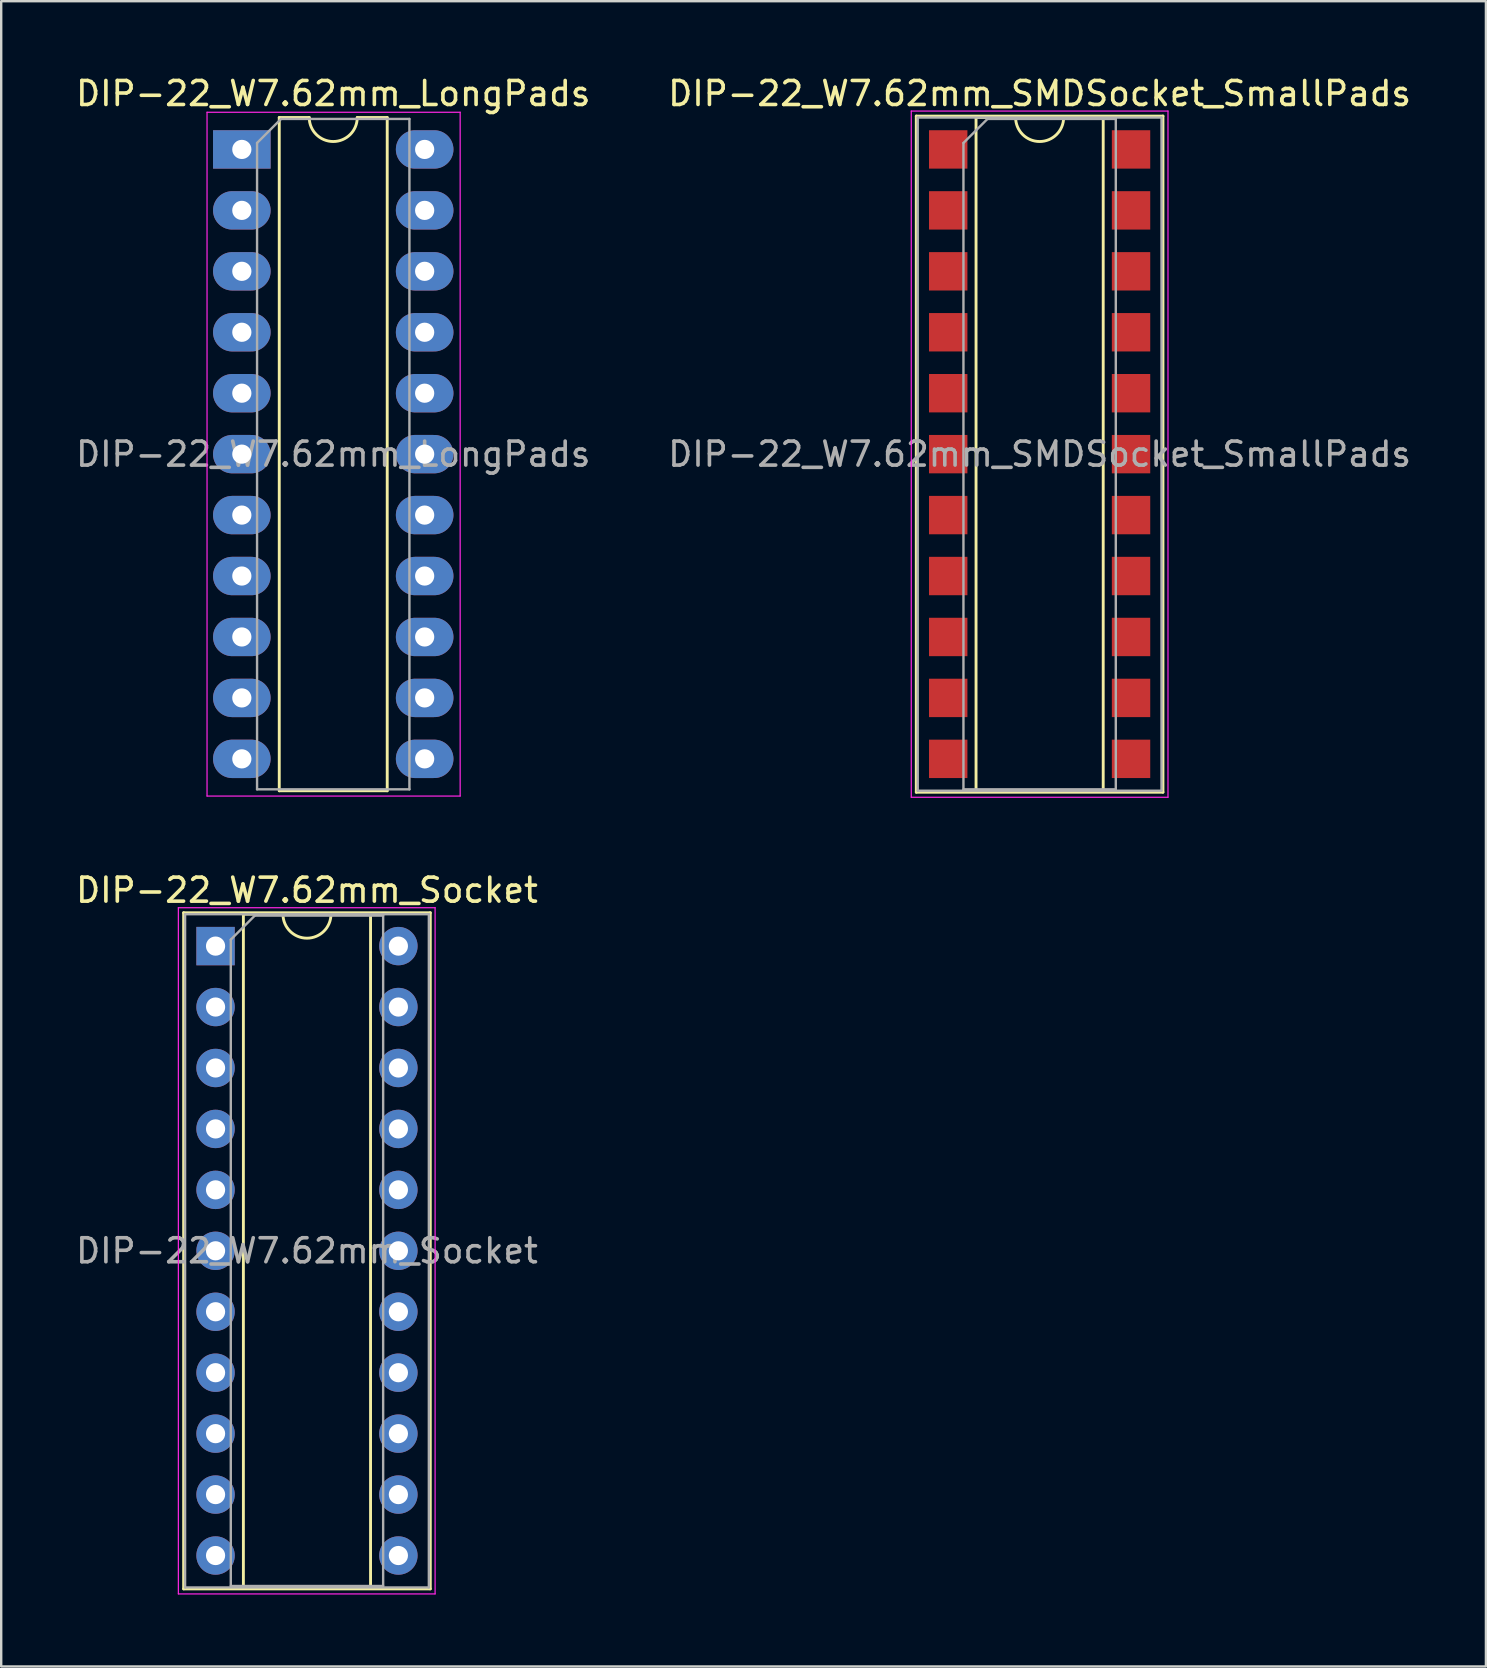
<source format=kicad_pcb>
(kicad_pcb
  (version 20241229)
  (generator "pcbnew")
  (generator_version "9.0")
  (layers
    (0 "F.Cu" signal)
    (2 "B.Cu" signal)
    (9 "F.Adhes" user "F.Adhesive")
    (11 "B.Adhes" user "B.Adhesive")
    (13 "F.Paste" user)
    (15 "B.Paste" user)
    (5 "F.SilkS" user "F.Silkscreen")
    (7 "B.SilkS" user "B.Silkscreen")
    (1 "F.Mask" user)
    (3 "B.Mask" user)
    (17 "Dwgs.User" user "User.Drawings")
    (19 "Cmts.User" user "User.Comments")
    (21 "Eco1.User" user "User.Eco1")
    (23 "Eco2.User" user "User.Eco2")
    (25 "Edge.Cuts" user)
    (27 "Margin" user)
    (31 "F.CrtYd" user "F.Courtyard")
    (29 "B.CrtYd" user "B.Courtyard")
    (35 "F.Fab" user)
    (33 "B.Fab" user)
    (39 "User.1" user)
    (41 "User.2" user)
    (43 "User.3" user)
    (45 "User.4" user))
  (footprint "DIP-22_W7.62mm_Socket"
    (layer "F.Cu")
    (at 5.934 36.382)
    (property "Reference" "DIP-22_W7.62mm_Socket" (at 3.81 -2.33 0) (layer "F.SilkS") (effects (font (size 1 1) (thickness 0.15))))
    (attr through_hole)
    (fp_line (start -1.33 -1.39) (end -1.33 26.79) (stroke (width 0.12) (type solid)) (layer "F.SilkS"))
    (fp_line (start -1.33 26.79) (end 8.95 26.79) (stroke (width 0.12) (type solid)) (layer "F.SilkS"))
    (fp_line (start 1.16 -1.33) (end 1.16 26.73) (stroke (width 0.12) (type solid)) (layer "F.SilkS"))
    (fp_line (start 1.16 26.73) (end 6.46 26.73) (stroke (width 0.12) (type solid)) (layer "F.SilkS"))
    (fp_line (start 2.81 -1.33) (end 1.16 -1.33) (stroke (width 0.12) (type solid)) (layer "F.SilkS"))
    (fp_line (start 6.46 -1.33) (end 4.81 -1.33) (stroke (width 0.12) (type solid)) (layer "F.SilkS"))
    (fp_line (start 6.46 26.73) (end 6.46 -1.33) (stroke (width 0.12) (type solid)) (layer "F.SilkS"))
    (fp_line (start 8.95 -1.39) (end -1.33 -1.39) (stroke (width 0.12) (type solid)) (layer "F.SilkS"))
    (fp_line (start 8.95 26.79) (end 8.95 -1.39) (stroke (width 0.12) (type solid)) (layer "F.SilkS"))
    (fp_arc (start 4.81 -1.33) (mid 3.81 -0.33) (end 2.81 -1.33) (stroke (width 0.12) (type solid)) (layer "F.SilkS"))
    (fp_line (start -1.55 -1.6) (end -1.55 27) (stroke (width 0.05) (type solid)) (layer "F.CrtYd"))
    (fp_line (start -1.55 27) (end 9.15 27) (stroke (width 0.05) (type solid)) (layer "F.CrtYd"))
    (fp_line (start 9.15 -1.6) (end -1.55 -1.6) (stroke (width 0.05) (type solid)) (layer "F.CrtYd"))
    (fp_line (start 9.15 27) (end 9.15 -1.6) (stroke (width 0.05) (type solid)) (layer "F.CrtYd"))
    (fp_line (start -1.27 -1.33) (end -1.27 26.73) (stroke (width 0.1) (type solid)) (layer "F.Fab"))
    (fp_line (start -1.27 26.73) (end 8.89 26.73) (stroke (width 0.1) (type solid)) (layer "F.Fab"))
    (fp_line (start 0.635 -0.27) (end 1.635 -1.27) (stroke (width 0.1) (type solid)) (layer "F.Fab"))
    (fp_line (start 0.635 26.67) (end 0.635 -0.27) (stroke (width 0.1) (type solid)) (layer "F.Fab"))
    (fp_line (start 1.635 -1.27) (end 6.985 -1.27) (stroke (width 0.1) (type solid)) (layer "F.Fab"))
    (fp_line (start 6.985 -1.27) (end 6.985 26.67) (stroke (width 0.1) (type solid)) (layer "F.Fab"))
    (fp_line (start 6.985 26.67) (end 0.635 26.67) (stroke (width 0.1) (type solid)) (layer "F.Fab"))
    (fp_line (start 8.89 -1.33) (end -1.27 -1.33) (stroke (width 0.1) (type solid)) (layer "F.Fab"))
    (fp_line (start 8.89 26.73) (end 8.89 -1.33) (stroke (width 0.1) (type solid)) (layer "F.Fab"))
    (fp_text user "${REFERENCE}" (at 3.81 12.7 0) (layer "F.Fab") (effects (font (size 1 1) (thickness 0.15))))
    (pad "1" thru_hole rect (at 0 0) (size 1.6 1.6) (drill 0.8) (layers "*.Cu" "*.Mask"))
    (pad "2" thru_hole oval (at 0 2.54) (size 1.6 1.6) (drill 0.8) (layers "*.Cu" "*.Mask"))
    (pad "3" thru_hole oval (at 0 5.08) (size 1.6 1.6) (drill 0.8) (layers "*.Cu" "*.Mask"))
    (pad "4" thru_hole oval (at 0 7.62) (size 1.6 1.6) (drill 0.8) (layers "*.Cu" "*.Mask"))
    (pad "5" thru_hole oval (at 0 10.16) (size 1.6 1.6) (drill 0.8) (layers "*.Cu" "*.Mask"))
    (pad "6" thru_hole oval (at 0 12.7) (size 1.6 1.6) (drill 0.8) (layers "*.Cu" "*.Mask"))
    (pad "7" thru_hole oval (at 0 15.24) (size 1.6 1.6) (drill 0.8) (layers "*.Cu" "*.Mask"))
    (pad "8" thru_hole oval (at 0 17.78) (size 1.6 1.6) (drill 0.8) (layers "*.Cu" "*.Mask"))
    (pad "9" thru_hole oval (at 0 20.32) (size 1.6 1.6) (drill 0.8) (layers "*.Cu" "*.Mask"))
    (pad "10" thru_hole oval (at 0 22.86) (size 1.6 1.6) (drill 0.8) (layers "*.Cu" "*.Mask"))
    (pad "11" thru_hole oval (at 0 25.4) (size 1.6 1.6) (drill 0.8) (layers "*.Cu" "*.Mask"))
    (pad "12" thru_hole oval (at 7.62 25.4) (size 1.6 1.6) (drill 0.8) (layers "*.Cu" "*.Mask"))
    (pad "13" thru_hole oval (at 7.62 22.86) (size 1.6 1.6) (drill 0.8) (layers "*.Cu" "*.Mask"))
    (pad "14" thru_hole oval (at 7.62 20.32) (size 1.6 1.6) (drill 0.8) (layers "*.Cu" "*.Mask"))
    (pad "15" thru_hole oval (at 7.62 17.78) (size 1.6 1.6) (drill 0.8) (layers "*.Cu" "*.Mask"))
    (pad "16" thru_hole oval (at 7.62 15.24) (size 1.6 1.6) (drill 0.8) (layers "*.Cu" "*.Mask"))
    (pad "17" thru_hole oval (at 7.62 12.7) (size 1.6 1.6) (drill 0.8) (layers "*.Cu" "*.Mask"))
    (pad "18" thru_hole oval (at 7.62 10.16) (size 1.6 1.6) (drill 0.8) (layers "*.Cu" "*.Mask"))
    (pad "19" thru_hole oval (at 7.62 7.62) (size 1.6 1.6) (drill 0.8) (layers "*.Cu" "*.Mask"))
    (pad "20" thru_hole oval (at 7.62 5.08) (size 1.6 1.6) (drill 0.8) (layers "*.Cu" "*.Mask"))
    (pad "21" thru_hole oval (at 7.62 2.54) (size 1.6 1.6) (drill 0.8) (layers "*.Cu" "*.Mask"))
    (pad "22" thru_hole oval (at 7.62 0) (size 1.6 1.6) (drill 0.8) (layers "*.Cu" "*.Mask")))
  (footprint "DIP-22_W7.62mm_LongPads"
    (layer "F.Cu")
    (at 7.029 3.178)
    (property "Reference" "DIP-22_W7.62mm_LongPads" (at 3.81 -2.33 0) (layer "F.SilkS") (effects (font (size 1 1) (thickness 0.15))))
    (attr through_hole)
    (fp_line (start 1.56 -1.33) (end 1.56 26.73) (stroke (width 0.12) (type solid)) (layer "F.SilkS"))
    (fp_line (start 1.56 26.73) (end 6.06 26.73) (stroke (width 0.12) (type solid)) (layer "F.SilkS"))
    (fp_line (start 2.81 -1.33) (end 1.56 -1.33) (stroke (width 0.12) (type solid)) (layer "F.SilkS"))
    (fp_line (start 6.06 -1.33) (end 4.81 -1.33) (stroke (width 0.12) (type solid)) (layer "F.SilkS"))
    (fp_line (start 6.06 26.73) (end 6.06 -1.33) (stroke (width 0.12) (type solid)) (layer "F.SilkS"))
    (fp_arc (start 4.81 -1.33) (mid 3.81 -0.33) (end 2.81 -1.33) (stroke (width 0.12) (type solid)) (layer "F.SilkS"))
    (fp_line (start -1.45 -1.55) (end -1.45 26.95) (stroke (width 0.05) (type solid)) (layer "F.CrtYd"))
    (fp_line (start -1.45 26.95) (end 9.1 26.95) (stroke (width 0.05) (type solid)) (layer "F.CrtYd"))
    (fp_line (start 9.1 -1.55) (end -1.45 -1.55) (stroke (width 0.05) (type solid)) (layer "F.CrtYd"))
    (fp_line (start 9.1 26.95) (end 9.1 -1.55) (stroke (width 0.05) (type solid)) (layer "F.CrtYd"))
    (fp_line (start 0.635 -0.27) (end 1.635 -1.27) (stroke (width 0.1) (type solid)) (layer "F.Fab"))
    (fp_line (start 0.635 26.67) (end 0.635 -0.27) (stroke (width 0.1) (type solid)) (layer "F.Fab"))
    (fp_line (start 1.635 -1.27) (end 6.985 -1.27) (stroke (width 0.1) (type solid)) (layer "F.Fab"))
    (fp_line (start 6.985 -1.27) (end 6.985 26.67) (stroke (width 0.1) (type solid)) (layer "F.Fab"))
    (fp_line (start 6.985 26.67) (end 0.635 26.67) (stroke (width 0.1) (type solid)) (layer "F.Fab"))
    (fp_text user "${REFERENCE}" (at 3.81 12.7 0) (layer "F.Fab") (effects (font (size 1 1) (thickness 0.15))))
    (pad "1" thru_hole rect (at 0 0) (size 2.4 1.6) (drill 0.8) (layers "*.Cu" "*.Mask"))
    (pad "2" thru_hole oval (at 0 2.54) (size 2.4 1.6) (drill 0.8) (layers "*.Cu" "*.Mask"))
    (pad "3" thru_hole oval (at 0 5.08) (size 2.4 1.6) (drill 0.8) (layers "*.Cu" "*.Mask"))
    (pad "4" thru_hole oval (at 0 7.62) (size 2.4 1.6) (drill 0.8) (layers "*.Cu" "*.Mask"))
    (pad "5" thru_hole oval (at 0 10.16) (size 2.4 1.6) (drill 0.8) (layers "*.Cu" "*.Mask"))
    (pad "6" thru_hole oval (at 0 12.7) (size 2.4 1.6) (drill 0.8) (layers "*.Cu" "*.Mask"))
    (pad "7" thru_hole oval (at 0 15.24) (size 2.4 1.6) (drill 0.8) (layers "*.Cu" "*.Mask"))
    (pad "8" thru_hole oval (at 0 17.78) (size 2.4 1.6) (drill 0.8) (layers "*.Cu" "*.Mask"))
    (pad "9" thru_hole oval (at 0 20.32) (size 2.4 1.6) (drill 0.8) (layers "*.Cu" "*.Mask"))
    (pad "10" thru_hole oval (at 0 22.86) (size 2.4 1.6) (drill 0.8) (layers "*.Cu" "*.Mask"))
    (pad "11" thru_hole oval (at 0 25.4) (size 2.4 1.6) (drill 0.8) (layers "*.Cu" "*.Mask"))
    (pad "12" thru_hole oval (at 7.62 25.4) (size 2.4 1.6) (drill 0.8) (layers "*.Cu" "*.Mask"))
    (pad "13" thru_hole oval (at 7.62 22.86) (size 2.4 1.6) (drill 0.8) (layers "*.Cu" "*.Mask"))
    (pad "14" thru_hole oval (at 7.62 20.32) (size 2.4 1.6) (drill 0.8) (layers "*.Cu" "*.Mask"))
    (pad "15" thru_hole oval (at 7.62 17.78) (size 2.4 1.6) (drill 0.8) (layers "*.Cu" "*.Mask"))
    (pad "16" thru_hole oval (at 7.62 15.24) (size 2.4 1.6) (drill 0.8) (layers "*.Cu" "*.Mask"))
    (pad "17" thru_hole oval (at 7.62 12.7) (size 2.4 1.6) (drill 0.8) (layers "*.Cu" "*.Mask"))
    (pad "18" thru_hole oval (at 7.62 10.16) (size 2.4 1.6) (drill 0.8) (layers "*.Cu" "*.Mask"))
    (pad "19" thru_hole oval (at 7.62 7.62) (size 2.4 1.6) (drill 0.8) (layers "*.Cu" "*.Mask"))
    (pad "20" thru_hole oval (at 7.62 5.08) (size 2.4 1.6) (drill 0.8) (layers "*.Cu" "*.Mask"))
    (pad "21" thru_hole oval (at 7.62 2.54) (size 2.4 1.6) (drill 0.8) (layers "*.Cu" "*.Mask"))
    (pad "22" thru_hole oval (at 7.62 0) (size 2.4 1.6) (drill 0.8) (layers "*.Cu" "*.Mask")))
  (footprint "DIP-22_W7.62mm_SMDSocket_SmallPads"
    (layer "F.Cu")
    (at 40.28 15.878)
    (property "Reference" "DIP-22_W7.62mm_SMDSocket_SmallPads" (at 0 -15.03 0) (layer "F.SilkS") (effects (font (size 1 1) (thickness 0.15))))
    (attr smd)
    (fp_line (start -5.14 -14.09) (end -5.14 14.09) (stroke (width 0.12) (type solid)) (layer "F.SilkS"))
    (fp_line (start -5.14 14.09) (end 5.14 14.09) (stroke (width 0.12) (type solid)) (layer "F.SilkS"))
    (fp_line (start -2.65 -14.03) (end -2.65 14.03) (stroke (width 0.12) (type solid)) (layer "F.SilkS"))
    (fp_line (start -2.65 14.03) (end 2.65 14.03) (stroke (width 0.12) (type solid)) (layer "F.SilkS"))
    (fp_line (start -1 -14.03) (end -2.65 -14.03) (stroke (width 0.12) (type solid)) (layer "F.SilkS"))
    (fp_line (start 2.65 -14.03) (end 1 -14.03) (stroke (width 0.12) (type solid)) (layer "F.SilkS"))
    (fp_line (start 2.65 14.03) (end 2.65 -14.03) (stroke (width 0.12) (type solid)) (layer "F.SilkS"))
    (fp_line (start 5.14 -14.09) (end -5.14 -14.09) (stroke (width 0.12) (type solid)) (layer "F.SilkS"))
    (fp_line (start 5.14 14.09) (end 5.14 -14.09) (stroke (width 0.12) (type solid)) (layer "F.SilkS"))
    (fp_arc (start 1 -14.03) (mid 0 -13.03) (end -1 -14.03) (stroke (width 0.12) (type solid)) (layer "F.SilkS"))
    (fp_line (start -5.35 -14.3) (end -5.35 14.3) (stroke (width 0.05) (type solid)) (layer "F.CrtYd"))
    (fp_line (start -5.35 14.3) (end 5.35 14.3) (stroke (width 0.05) (type solid)) (layer "F.CrtYd"))
    (fp_line (start 5.35 -14.3) (end -5.35 -14.3) (stroke (width 0.05) (type solid)) (layer "F.CrtYd"))
    (fp_line (start 5.35 14.3) (end 5.35 -14.3) (stroke (width 0.05) (type solid)) (layer "F.CrtYd"))
    (fp_line (start -5.08 -14.03) (end -5.08 14.03) (stroke (width 0.1) (type solid)) (layer "F.Fab"))
    (fp_line (start -5.08 14.03) (end 5.08 14.03) (stroke (width 0.1) (type solid)) (layer "F.Fab"))
    (fp_line (start -3.175 -12.97) (end -2.175 -13.97) (stroke (width 0.1) (type solid)) (layer "F.Fab"))
    (fp_line (start -3.175 13.97) (end -3.175 -12.97) (stroke (width 0.1) (type solid)) (layer "F.Fab"))
    (fp_line (start -2.175 -13.97) (end 3.175 -13.97) (stroke (width 0.1) (type solid)) (layer "F.Fab"))
    (fp_line (start 3.175 -13.97) (end 3.175 13.97) (stroke (width 0.1) (type solid)) (layer "F.Fab"))
    (fp_line (start 3.175 13.97) (end -3.175 13.97) (stroke (width 0.1) (type solid)) (layer "F.Fab"))
    (fp_line (start 5.08 -14.03) (end -5.08 -14.03) (stroke (width 0.1) (type solid)) (layer "F.Fab"))
    (fp_line (start 5.08 14.03) (end 5.08 -14.03) (stroke (width 0.1) (type solid)) (layer "F.Fab"))
    (fp_text user "${REFERENCE}" (at 0 0 0) (layer "F.Fab") (effects (font (size 1 1) (thickness 0.15))))
    (pad "1" smd rect (at -3.81 -12.7) (size 1.6 1.6) (layers "F.Cu" "F.Mask" "F.Paste"))
    (pad "2" smd rect (at -3.81 -10.16) (size 1.6 1.6) (layers "F.Cu" "F.Mask" "F.Paste"))
    (pad "3" smd rect (at -3.81 -7.62) (size 1.6 1.6) (layers "F.Cu" "F.Mask" "F.Paste"))
    (pad "4" smd rect (at -3.81 -5.08) (size 1.6 1.6) (layers "F.Cu" "F.Mask" "F.Paste"))
    (pad "5" smd rect (at -3.81 -2.54) (size 1.6 1.6) (layers "F.Cu" "F.Mask" "F.Paste"))
    (pad "6" smd rect (at -3.81 0) (size 1.6 1.6) (layers "F.Cu" "F.Mask" "F.Paste"))
    (pad "7" smd rect (at -3.81 2.54) (size 1.6 1.6) (layers "F.Cu" "F.Mask" "F.Paste"))
    (pad "8" smd rect (at -3.81 5.08) (size 1.6 1.6) (layers "F.Cu" "F.Mask" "F.Paste"))
    (pad "9" smd rect (at -3.81 7.62) (size 1.6 1.6) (layers "F.Cu" "F.Mask" "F.Paste"))
    (pad "10" smd rect (at -3.81 10.16) (size 1.6 1.6) (layers "F.Cu" "F.Mask" "F.Paste"))
    (pad "11" smd rect (at -3.81 12.7) (size 1.6 1.6) (layers "F.Cu" "F.Mask" "F.Paste"))
    (pad "12" smd rect (at 3.81 12.7) (size 1.6 1.6) (layers "F.Cu" "F.Mask" "F.Paste"))
    (pad "13" smd rect (at 3.81 10.16) (size 1.6 1.6) (layers "F.Cu" "F.Mask" "F.Paste"))
    (pad "14" smd rect (at 3.81 7.62) (size 1.6 1.6) (layers "F.Cu" "F.Mask" "F.Paste"))
    (pad "15" smd rect (at 3.81 5.08) (size 1.6 1.6) (layers "F.Cu" "F.Mask" "F.Paste"))
    (pad "16" smd rect (at 3.81 2.54) (size 1.6 1.6) (layers "F.Cu" "F.Mask" "F.Paste"))
    (pad "17" smd rect (at 3.81 0) (size 1.6 1.6) (layers "F.Cu" "F.Mask" "F.Paste"))
    (pad "18" smd rect (at 3.81 -2.54) (size 1.6 1.6) (layers "F.Cu" "F.Mask" "F.Paste"))
    (pad "19" smd rect (at 3.81 -5.08) (size 1.6 1.6) (layers "F.Cu" "F.Mask" "F.Paste"))
    (pad "20" smd rect (at 3.81 -7.62) (size 1.6 1.6) (layers "F.Cu" "F.Mask" "F.Paste"))
    (pad "21" smd rect (at 3.81 -10.16) (size 1.6 1.6) (layers "F.Cu" "F.Mask" "F.Paste"))
    (pad "22" smd rect (at 3.81 -12.7) (size 1.6 1.6) (layers "F.Cu" "F.Mask" "F.Paste")))
  (gr_rect
    (start -3 -3)
    (end 58.881 66.406)
    (stroke (width 0.1) (type default))
    (fill no)
    (layer "Edge.Cuts")))
</source>
